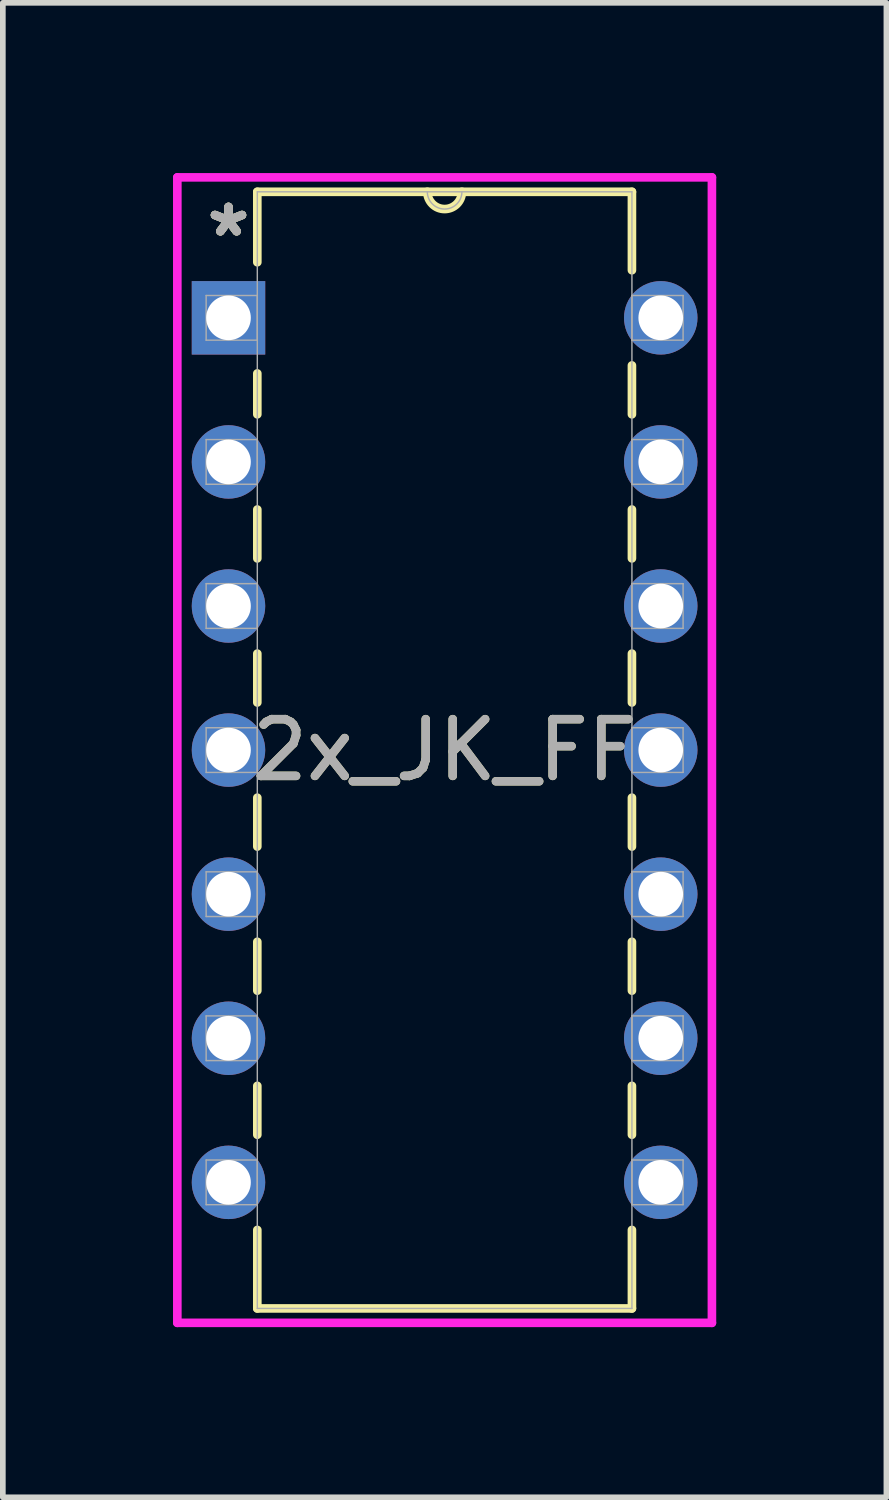
<source format=kicad_pcb>
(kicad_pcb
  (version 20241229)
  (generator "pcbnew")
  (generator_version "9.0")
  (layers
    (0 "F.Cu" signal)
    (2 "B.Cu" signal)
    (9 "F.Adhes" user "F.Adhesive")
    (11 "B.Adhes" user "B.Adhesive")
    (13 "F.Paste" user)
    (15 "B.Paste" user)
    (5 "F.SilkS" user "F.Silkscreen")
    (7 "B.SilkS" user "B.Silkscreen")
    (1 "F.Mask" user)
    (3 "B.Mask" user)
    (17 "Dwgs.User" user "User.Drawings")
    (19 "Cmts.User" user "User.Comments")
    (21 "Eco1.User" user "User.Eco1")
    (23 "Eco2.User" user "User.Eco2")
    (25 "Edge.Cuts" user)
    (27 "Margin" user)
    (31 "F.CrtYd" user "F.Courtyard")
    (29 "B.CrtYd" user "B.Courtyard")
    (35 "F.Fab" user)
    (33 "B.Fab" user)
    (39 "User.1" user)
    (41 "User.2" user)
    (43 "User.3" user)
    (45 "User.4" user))
  (footprint "2x_JK_FF"
    (layer "F.Cu")
    (at 8.598 17.793)
    (property "Reference" "2x_JK_FF" (at -3.81 -7.62 0) (unlocked yes) (layer "F.SilkS") (effects (font (size 1 1) (thickness 0.15))))
    (attr through_hole)
    (fp_line (start -7.112 -17.462) (end -7.112 -16.22) (stroke (width 0.152) (type solid)) (layer "F.SilkS"))
    (fp_line (start -7.112 -14.26) (end -7.112 -13.539) (stroke (width 0.152) (type solid)) (layer "F.SilkS"))
    (fp_line (start -7.112 -11.861) (end -7.112 -10.999) (stroke (width 0.152) (type solid)) (layer "F.SilkS"))
    (fp_line (start -7.112 -9.321) (end -7.112 -8.459) (stroke (width 0.152) (type solid)) (layer "F.SilkS"))
    (fp_line (start -7.112 -6.781) (end -7.112 -5.919) (stroke (width 0.152) (type solid)) (layer "F.SilkS"))
    (fp_line (start -7.112 -4.241) (end -7.112 -3.379) (stroke (width 0.152) (type solid)) (layer "F.SilkS"))
    (fp_line (start -7.112 -1.701) (end -7.112 -0.839) (stroke (width 0.152) (type solid)) (layer "F.SilkS"))
    (fp_line (start -7.112 0.839) (end -7.112 2.223) (stroke (width 0.152) (type solid)) (layer "F.SilkS"))
    (fp_line (start -7.112 2.223) (end -0.508 2.223) (stroke (width 0.152) (type solid)) (layer "F.SilkS"))
    (fp_line (start -0.508 -17.462) (end -7.112 -17.462) (stroke (width 0.152) (type solid)) (layer "F.SilkS"))
    (fp_line (start -0.508 -16.079) (end -0.508 -17.462) (stroke (width 0.152) (type solid)) (layer "F.SilkS"))
    (fp_line (start -0.508 -13.539) (end -0.508 -14.401) (stroke (width 0.152) (type solid)) (layer "F.SilkS"))
    (fp_line (start -0.508 -10.999) (end -0.508 -11.861) (stroke (width 0.152) (type solid)) (layer "F.SilkS"))
    (fp_line (start -0.508 -8.459) (end -0.508 -9.321) (stroke (width 0.152) (type solid)) (layer "F.SilkS"))
    (fp_line (start -0.508 -5.919) (end -0.508 -6.781) (stroke (width 0.152) (type solid)) (layer "F.SilkS"))
    (fp_line (start -0.508 -3.379) (end -0.508 -4.241) (stroke (width 0.152) (type solid)) (layer "F.SilkS"))
    (fp_line (start -0.508 -0.839) (end -0.508 -1.701) (stroke (width 0.152) (type solid)) (layer "F.SilkS"))
    (fp_line (start -0.508 2.223) (end -0.508 0.839) (stroke (width 0.152) (type solid)) (layer "F.SilkS"))
    (fp_arc (start -3.5052 -17.4625) (mid -3.81 -17.1577) (end -4.1148 -17.4625) (stroke (width 0.1524) (type solid)) (layer "F.SilkS"))
    (fp_line (start -8.522 -17.716) (end -8.522 2.477) (stroke (width 0.152) (type solid)) (layer "F.CrtYd"))
    (fp_line (start -8.522 2.477) (end 0.902 2.477) (stroke (width 0.152) (type solid)) (layer "F.CrtYd"))
    (fp_line (start 0.902 -17.716) (end -8.522 -17.716) (stroke (width 0.152) (type solid)) (layer "F.CrtYd"))
    (fp_line (start 0.902 2.477) (end 0.902 -17.716) (stroke (width 0.152) (type solid)) (layer "F.CrtYd"))
    (fp_line (start -8.014 -15.634) (end -8.014 -14.846) (stroke (width 0.025) (type solid)) (layer "F.Fab"))
    (fp_line (start -8.014 -14.846) (end -7.112 -14.846) (stroke (width 0.025) (type solid)) (layer "F.Fab"))
    (fp_line (start -8.014 -13.094) (end -8.014 -12.306) (stroke (width 0.025) (type solid)) (layer "F.Fab"))
    (fp_line (start -8.014 -12.306) (end -7.112 -12.306) (stroke (width 0.025) (type solid)) (layer "F.Fab"))
    (fp_line (start -8.014 -10.554) (end -8.014 -9.766) (stroke (width 0.025) (type solid)) (layer "F.Fab"))
    (fp_line (start -8.014 -9.766) (end -7.112 -9.766) (stroke (width 0.025) (type solid)) (layer "F.Fab"))
    (fp_line (start -8.014 -8.014) (end -8.014 -7.226) (stroke (width 0.025) (type solid)) (layer "F.Fab"))
    (fp_line (start -8.014 -7.226) (end -7.112 -7.226) (stroke (width 0.025) (type solid)) (layer "F.Fab"))
    (fp_line (start -8.014 -5.474) (end -8.014 -4.686) (stroke (width 0.025) (type solid)) (layer "F.Fab"))
    (fp_line (start -8.014 -4.686) (end -7.112 -4.686) (stroke (width 0.025) (type solid)) (layer "F.Fab"))
    (fp_line (start -8.014 -2.934) (end -8.014 -2.146) (stroke (width 0.025) (type solid)) (layer "F.Fab"))
    (fp_line (start -8.014 -2.146) (end -7.112 -2.146) (stroke (width 0.025) (type solid)) (layer "F.Fab"))
    (fp_line (start -8.014 -0.394) (end -8.014 0.394) (stroke (width 0.025) (type solid)) (layer "F.Fab"))
    (fp_line (start -8.014 0.394) (end -7.112 0.394) (stroke (width 0.025) (type solid)) (layer "F.Fab"))
    (fp_line (start -7.112 -17.462) (end -7.112 2.223) (stroke (width 0.025) (type solid)) (layer "F.Fab"))
    (fp_line (start -7.112 -15.634) (end -8.014 -15.634) (stroke (width 0.025) (type solid)) (layer "F.Fab"))
    (fp_line (start -7.112 -14.846) (end -7.112 -15.634) (stroke (width 0.025) (type solid)) (layer "F.Fab"))
    (fp_line (start -7.112 -13.094) (end -8.014 -13.094) (stroke (width 0.025) (type solid)) (layer "F.Fab"))
    (fp_line (start -7.112 -12.306) (end -7.112 -13.094) (stroke (width 0.025) (type solid)) (layer "F.Fab"))
    (fp_line (start -7.112 -10.554) (end -8.014 -10.554) (stroke (width 0.025) (type solid)) (layer "F.Fab"))
    (fp_line (start -7.112 -9.766) (end -7.112 -10.554) (stroke (width 0.025) (type solid)) (layer "F.Fab"))
    (fp_line (start -7.112 -8.014) (end -8.014 -8.014) (stroke (width 0.025) (type solid)) (layer "F.Fab"))
    (fp_line (start -7.112 -7.226) (end -7.112 -8.014) (stroke (width 0.025) (type solid)) (layer "F.Fab"))
    (fp_line (start -7.112 -5.474) (end -8.014 -5.474) (stroke (width 0.025) (type solid)) (layer "F.Fab"))
    (fp_line (start -7.112 -4.686) (end -7.112 -5.474) (stroke (width 0.025) (type solid)) (layer "F.Fab"))
    (fp_line (start -7.112 -2.934) (end -8.014 -2.934) (stroke (width 0.025) (type solid)) (layer "F.Fab"))
    (fp_line (start -7.112 -2.146) (end -7.112 -2.934) (stroke (width 0.025) (type solid)) (layer "F.Fab"))
    (fp_line (start -7.112 -0.394) (end -8.014 -0.394) (stroke (width 0.025) (type solid)) (layer "F.Fab"))
    (fp_line (start -7.112 0.394) (end -7.112 -0.394) (stroke (width 0.025) (type solid)) (layer "F.Fab"))
    (fp_line (start -7.112 2.223) (end -0.508 2.223) (stroke (width 0.025) (type solid)) (layer "F.Fab"))
    (fp_line (start -0.508 -17.462) (end -7.112 -17.462) (stroke (width 0.025) (type solid)) (layer "F.Fab"))
    (fp_line (start -0.508 -15.634) (end -0.508 -14.846) (stroke (width 0.025) (type solid)) (layer "F.Fab"))
    (fp_line (start -0.508 -14.846) (end 0.394 -14.846) (stroke (width 0.025) (type solid)) (layer "F.Fab"))
    (fp_line (start -0.508 -13.094) (end -0.508 -12.306) (stroke (width 0.025) (type solid)) (layer "F.Fab"))
    (fp_line (start -0.508 -12.306) (end 0.394 -12.306) (stroke (width 0.025) (type solid)) (layer "F.Fab"))
    (fp_line (start -0.508 -10.554) (end -0.508 -9.766) (stroke (width 0.025) (type solid)) (layer "F.Fab"))
    (fp_line (start -0.508 -9.766) (end 0.394 -9.766) (stroke (width 0.025) (type solid)) (layer "F.Fab"))
    (fp_line (start -0.508 -8.014) (end -0.508 -7.226) (stroke (width 0.025) (type solid)) (layer "F.Fab"))
    (fp_line (start -0.508 -7.226) (end 0.394 -7.226) (stroke (width 0.025) (type solid)) (layer "F.Fab"))
    (fp_line (start -0.508 -5.474) (end -0.508 -4.686) (stroke (width 0.025) (type solid)) (layer "F.Fab"))
    (fp_line (start -0.508 -4.686) (end 0.394 -4.686) (stroke (width 0.025) (type solid)) (layer "F.Fab"))
    (fp_line (start -0.508 -2.934) (end -0.508 -2.146) (stroke (width 0.025) (type solid)) (layer "F.Fab"))
    (fp_line (start -0.508 -2.146) (end 0.394 -2.146) (stroke (width 0.025) (type solid)) (layer "F.Fab"))
    (fp_line (start -0.508 -0.394) (end -0.508 0.394) (stroke (width 0.025) (type solid)) (layer "F.Fab"))
    (fp_line (start -0.508 0.394) (end 0.394 0.394) (stroke (width 0.025) (type solid)) (layer "F.Fab"))
    (fp_line (start -0.508 2.223) (end -0.508 -17.462) (stroke (width 0.025) (type solid)) (layer "F.Fab"))
    (fp_line (start 0.394 -15.634) (end -0.508 -15.634) (stroke (width 0.025) (type solid)) (layer "F.Fab"))
    (fp_line (start 0.394 -14.846) (end 0.394 -15.634) (stroke (width 0.025) (type solid)) (layer "F.Fab"))
    (fp_line (start 0.394 -13.094) (end -0.508 -13.094) (stroke (width 0.025) (type solid)) (layer "F.Fab"))
    (fp_line (start 0.394 -12.306) (end 0.394 -13.094) (stroke (width 0.025) (type solid)) (layer "F.Fab"))
    (fp_line (start 0.394 -10.554) (end -0.508 -10.554) (stroke (width 0.025) (type solid)) (layer "F.Fab"))
    (fp_line (start 0.394 -9.766) (end 0.394 -10.554) (stroke (width 0.025) (type solid)) (layer "F.Fab"))
    (fp_line (start 0.394 -8.014) (end -0.508 -8.014) (stroke (width 0.025) (type solid)) (layer "F.Fab"))
    (fp_line (start 0.394 -7.226) (end 0.394 -8.014) (stroke (width 0.025) (type solid)) (layer "F.Fab"))
    (fp_line (start 0.394 -5.474) (end -0.508 -5.474) (stroke (width 0.025) (type solid)) (layer "F.Fab"))
    (fp_line (start 0.394 -4.686) (end 0.394 -5.474) (stroke (width 0.025) (type solid)) (layer "F.Fab"))
    (fp_line (start 0.394 -2.934) (end -0.508 -2.934) (stroke (width 0.025) (type solid)) (layer "F.Fab"))
    (fp_line (start 0.394 -2.146) (end 0.394 -2.934) (stroke (width 0.025) (type solid)) (layer "F.Fab"))
    (fp_line (start 0.394 -0.394) (end -0.508 -0.394) (stroke (width 0.025) (type solid)) (layer "F.Fab"))
    (fp_line (start 0.394 0.394) (end 0.394 -0.394) (stroke (width 0.025) (type solid)) (layer "F.Fab"))
    (fp_arc (start -3.5052 -17.4625) (mid -3.81 -17.1577) (end -4.1148 -17.4625) (stroke (width 0.0254) (type solid)) (layer "F.Fab"))
    (fp_text user "*" (at -7.62 -16.65 0) (unlocked yes) (layer "F.SilkS") (effects (font (size 1 1) (thickness 0.15))))
    (fp_text user "*" (at -7.62 -16.65 0) (layer "F.SilkS") (effects (font (size 1 1) (thickness 0.15))))
    (fp_text user "*" (at -7.62 -16.65 0) (layer "F.Fab") (effects (font (size 1 1) (thickness 0.15))))
    (fp_text user "*" (at -7.62 -16.65 0) (unlocked yes) (layer "F.Fab") (effects (font (size 1 1) (thickness 0.15))))
    (fp_text user "${REFERENCE}" (at -3.81 -7.62 0) (unlocked yes) (layer "F.Fab") (effects (font (size 1 1) (thickness 0.15))))
    (pad "1" thru_hole rect (at -7.62 -15.24) (size 1.295 1.295) (drill 0.787) (layers "*.Cu" "*.Mask"))
    (pad "2" thru_hole circle (at -7.62 -12.7) (size 1.295 1.295) (drill 0.787) (layers "*.Cu" "*.Mask"))
    (pad "3" thru_hole circle (at -7.62 -10.16) (size 1.295 1.295) (drill 0.787) (layers "*.Cu" "*.Mask"))
    (pad "4" thru_hole circle (at -7.62 -7.62) (size 1.295 1.295) (drill 0.787) (layers "*.Cu" "*.Mask"))
    (pad "5" thru_hole circle (at -7.62 -5.08) (size 1.295 1.295) (drill 0.787) (layers "*.Cu" "*.Mask"))
    (pad "6" thru_hole circle (at -7.62 -2.54) (size 1.295 1.295) (drill 0.787) (layers "*.Cu" "*.Mask"))
    (pad "7" thru_hole circle (at -7.62 0) (size 1.295 1.295) (drill 0.787) (layers "*.Cu" "*.Mask"))
    (pad "8" thru_hole circle (at 0 0) (size 1.295 1.295) (drill 0.787) (layers "*.Cu" "*.Mask"))
    (pad "9" thru_hole circle (at 0 -2.54) (size 1.295 1.295) (drill 0.787) (layers "*.Cu" "*.Mask"))
    (pad "10" thru_hole circle (at 0 -5.08) (size 1.295 1.295) (drill 0.787) (layers "*.Cu" "*.Mask"))
    (pad "11" thru_hole circle (at 0 -7.62) (size 1.295 1.295) (drill 0.787) (layers "*.Cu" "*.Mask"))
    (pad "12" thru_hole circle (at 0 -10.16) (size 1.295 1.295) (drill 0.787) (layers "*.Cu" "*.Mask"))
    (pad "13" thru_hole circle (at 0 -12.7) (size 1.295 1.295) (drill 0.787) (layers "*.Cu" "*.Mask"))
    (pad "14" thru_hole circle (at 0 -15.24) (size 1.295 1.295) (drill 0.787) (layers "*.Cu" "*.Mask")))
  (gr_rect
    (start -3 -3)
    (end 12.576 23.345)
    (stroke (width 0.1) (type default))
    (fill no)
    (layer "Edge.Cuts")))
</source>
